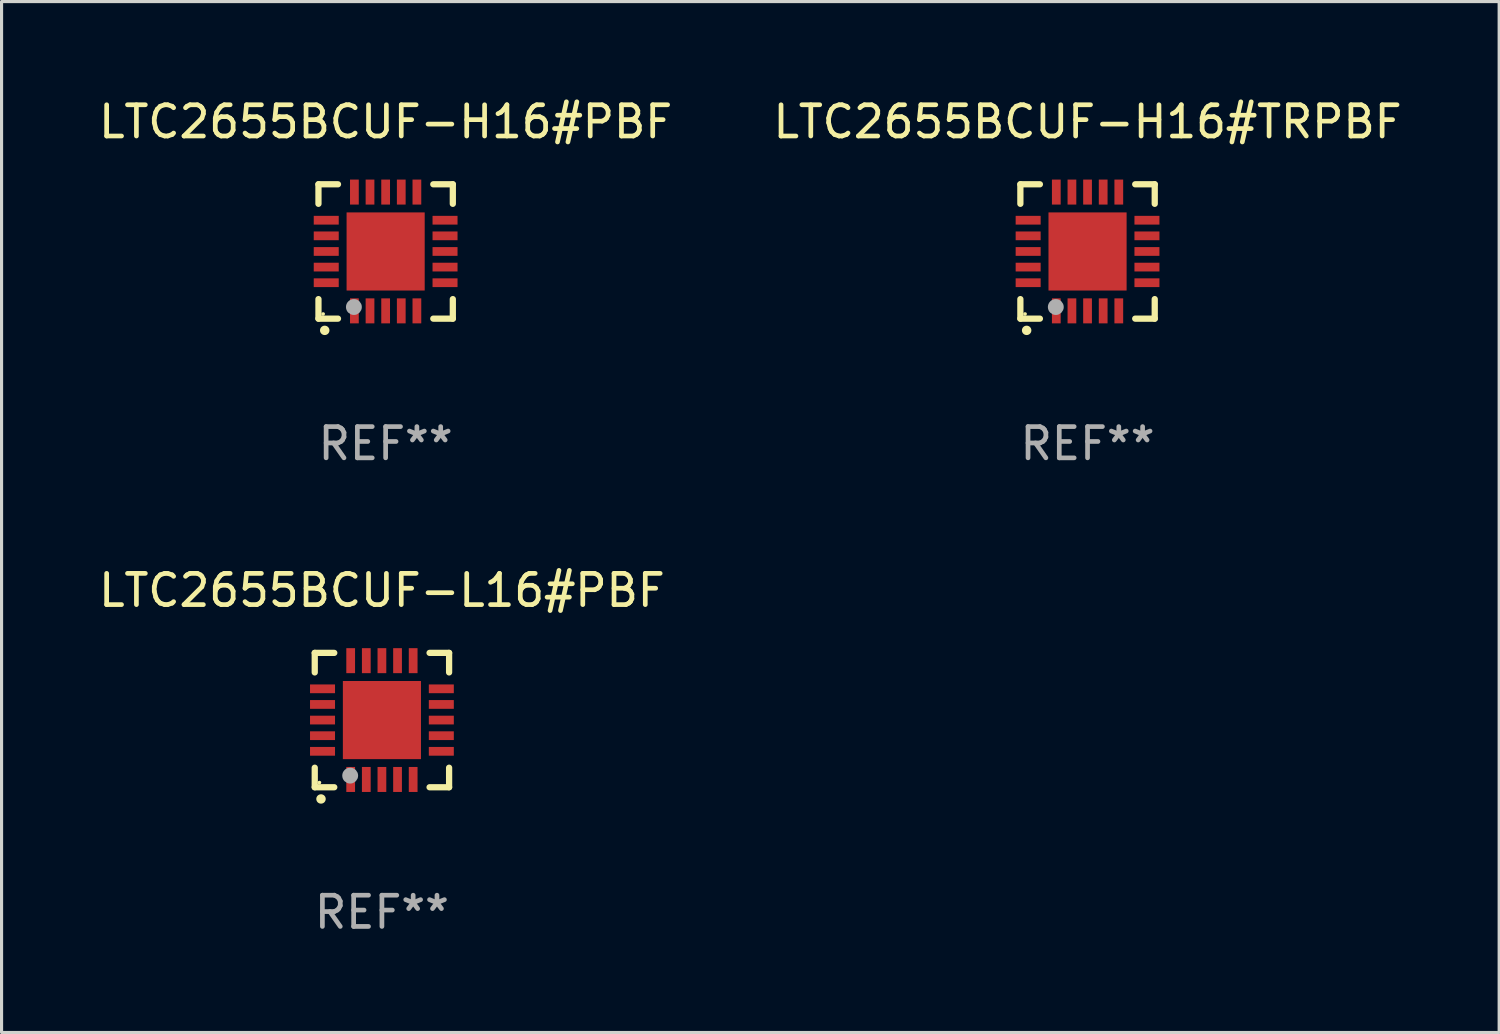
<source format=kicad_pcb>
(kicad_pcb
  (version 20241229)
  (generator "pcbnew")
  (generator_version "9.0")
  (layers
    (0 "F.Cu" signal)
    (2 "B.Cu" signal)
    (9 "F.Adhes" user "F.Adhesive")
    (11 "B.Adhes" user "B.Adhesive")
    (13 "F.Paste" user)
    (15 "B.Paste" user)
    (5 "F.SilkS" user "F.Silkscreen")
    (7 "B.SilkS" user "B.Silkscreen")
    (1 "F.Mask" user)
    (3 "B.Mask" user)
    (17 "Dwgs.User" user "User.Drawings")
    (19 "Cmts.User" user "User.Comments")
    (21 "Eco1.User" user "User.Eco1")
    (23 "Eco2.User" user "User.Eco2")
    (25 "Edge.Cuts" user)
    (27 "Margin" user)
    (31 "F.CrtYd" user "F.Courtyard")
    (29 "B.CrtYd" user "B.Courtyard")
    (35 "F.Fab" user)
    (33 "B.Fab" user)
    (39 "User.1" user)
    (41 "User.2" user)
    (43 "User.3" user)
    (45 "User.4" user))
  (footprint "LTC2655BCUF-H16#TRPBF"
    (layer "F.Cu")
    (at 31.756 4.998)
    (property "Reference" "LTC2655BCUF-H16#TRPBF" (at 0 -4.15 0) (layer "F.SilkS") (effects (font (size 1 1) (thickness 0.15))))
    (attr through_hole)
    (fp_line (start -2.15 -2.15) (end -2.15 -1.525) (stroke (width 0.2) (type solid)) (layer "F.SilkS"))
    (fp_line (start -2.15 2.15) (end -2.15 1.525) (stroke (width 0.2) (type solid)) (layer "F.SilkS"))
    (fp_line (start -1.525 -2.15) (end -2.15 -2.15) (stroke (width 0.2) (type solid)) (layer "F.SilkS"))
    (fp_line (start -1.525 2.15) (end -2.15 2.15) (stroke (width 0.2) (type solid)) (layer "F.SilkS"))
    (fp_line (start 1.525 2.15) (end 2.15 2.15) (stroke (width 0.2) (type solid)) (layer "F.SilkS"))
    (fp_line (start 2.15 -2.15) (end 1.525 -2.15) (stroke (width 0.2) (type solid)) (layer "F.SilkS"))
    (fp_line (start 2.15 -1.525) (end 2.15 -2.15) (stroke (width 0.2) (type solid)) (layer "F.SilkS"))
    (fp_line (start 2.15 2.15) (end 2.15 1.525) (stroke (width 0.2) (type solid)) (layer "F.SilkS"))
    (fp_arc (start -1.950724 2.524765) (mid -1.949454 2.52476) (end -1.948184 2.524765) (stroke (width 0.3) (type solid)) (layer "F.SilkS"))
    (fp_circle (center -2.001 2.001) (end -1.971 2.001) (stroke (width 0.06) (type solid)) (fill no) (layer "F.SilkS"))
    (fp_circle (center -1.016 1.778) (end -0.889 1.778) (stroke (width 0.254) (type solid)) (fill no) (layer "F.Fab"))
    (fp_text user "REF**" (at 0 6.15 0) (layer "F.Fab") (effects (font (size 1 1) (thickness 0.15))))
    (pad "1" smd rect (at -1 1.901) (size 0.28 0.8) (layers "F.Cu" "F.Mask" "F.Paste"))
    (pad "2" smd rect (at -0.5 1.901) (size 0.28 0.8) (layers "F.Cu" "F.Mask" "F.Paste"))
    (pad "3" smd rect (at 0 1.901) (size 0.28 0.8) (layers "F.Cu" "F.Mask" "F.Paste"))
    (pad "4" smd rect (at 0.5 1.901) (size 0.28 0.8) (layers "F.Cu" "F.Mask" "F.Paste"))
    (pad "5" smd rect (at 1 1.901) (size 0.28 0.8) (layers "F.Cu" "F.Mask" "F.Paste"))
    (pad "6" smd rect (at 1.901 1) (size 0.8 0.28) (layers "F.Cu" "F.Mask" "F.Paste"))
    (pad "7" smd rect (at 1.901 0.5) (size 0.8 0.28) (layers "F.Cu" "F.Mask" "F.Paste"))
    (pad "8" smd rect (at 1.901 0) (size 0.8 0.28) (layers "F.Cu" "F.Mask" "F.Paste"))
    (pad "9" smd rect (at 1.901 -0.5) (size 0.8 0.28) (layers "F.Cu" "F.Mask" "F.Paste"))
    (pad "10" smd rect (at 1.901 -1) (size 0.8 0.28) (layers "F.Cu" "F.Mask" "F.Paste"))
    (pad "11" smd rect (at 1 -1.901) (size 0.28 0.8) (layers "F.Cu" "F.Mask" "F.Paste"))
    (pad "12" smd rect (at 0.5 -1.901) (size 0.28 0.8) (layers "F.Cu" "F.Mask" "F.Paste"))
    (pad "13" smd rect (at 0 -1.901) (size 0.28 0.8) (layers "F.Cu" "F.Mask" "F.Paste"))
    (pad "14" smd rect (at -0.5 -1.901) (size 0.28 0.8) (layers "F.Cu" "F.Mask" "F.Paste"))
    (pad "15" smd rect (at -1 -1.901) (size 0.28 0.8) (layers "F.Cu" "F.Mask" "F.Paste"))
    (pad "16" smd rect (at -1.901 -1) (size 0.8 0.28) (layers "F.Cu" "F.Mask" "F.Paste"))
    (pad "17" smd rect (at -1.901 -0.5) (size 0.8 0.28) (layers "F.Cu" "F.Mask" "F.Paste"))
    (pad "18" smd rect (at -1.901 0) (size 0.8 0.28) (layers "F.Cu" "F.Mask" "F.Paste"))
    (pad "19" smd rect (at -1.901 0.5) (size 0.8 0.28) (layers "F.Cu" "F.Mask" "F.Paste"))
    (pad "20" smd rect (at -1.901 1) (size 0.8 0.28) (layers "F.Cu" "F.Mask" "F.Paste"))
    (pad "21" smd rect (at 0 0) (size 2.5 2.5) (layers "F.Cu" "F.Mask" "F.Paste")))
  (footprint "LTC2655BCUF-H16#PBF"
    (layer "F.Cu")
    (at 9.292 4.998)
    (property "Reference" "LTC2655BCUF-H16#PBF" (at 0 -4.15 0) (layer "F.SilkS") (effects (font (size 1 1) (thickness 0.15))))
    (attr through_hole)
    (fp_line (start -2.15 -2.15) (end -2.15 -1.525) (stroke (width 0.2) (type solid)) (layer "F.SilkS"))
    (fp_line (start -2.15 2.15) (end -2.15 1.525) (stroke (width 0.2) (type solid)) (layer "F.SilkS"))
    (fp_line (start -1.525 -2.15) (end -2.15 -2.15) (stroke (width 0.2) (type solid)) (layer "F.SilkS"))
    (fp_line (start -1.525 2.15) (end -2.15 2.15) (stroke (width 0.2) (type solid)) (layer "F.SilkS"))
    (fp_line (start 1.525 2.15) (end 2.15 2.15) (stroke (width 0.2) (type solid)) (layer "F.SilkS"))
    (fp_line (start 2.15 -2.15) (end 1.525 -2.15) (stroke (width 0.2) (type solid)) (layer "F.SilkS"))
    (fp_line (start 2.15 -1.525) (end 2.15 -2.15) (stroke (width 0.2) (type solid)) (layer "F.SilkS"))
    (fp_line (start 2.15 2.15) (end 2.15 1.525) (stroke (width 0.2) (type solid)) (layer "F.SilkS"))
    (fp_arc (start -1.950724 2.524765) (mid -1.949454 2.52476) (end -1.948184 2.524765) (stroke (width 0.3) (type solid)) (layer "F.SilkS"))
    (fp_circle (center -2.001 2.001) (end -1.971 2.001) (stroke (width 0.06) (type solid)) (fill no) (layer "F.SilkS"))
    (fp_circle (center -1.016 1.778) (end -0.889 1.778) (stroke (width 0.254) (type solid)) (fill no) (layer "F.Fab"))
    (fp_text user "REF**" (at 0 6.15 0) (layer "F.Fab") (effects (font (size 1 1) (thickness 0.15))))
    (pad "1" smd rect (at -1 1.901) (size 0.28 0.8) (layers "F.Cu" "F.Mask" "F.Paste"))
    (pad "2" smd rect (at -0.5 1.901) (size 0.28 0.8) (layers "F.Cu" "F.Mask" "F.Paste"))
    (pad "3" smd rect (at 0 1.901) (size 0.28 0.8) (layers "F.Cu" "F.Mask" "F.Paste"))
    (pad "4" smd rect (at 0.5 1.901) (size 0.28 0.8) (layers "F.Cu" "F.Mask" "F.Paste"))
    (pad "5" smd rect (at 1 1.901) (size 0.28 0.8) (layers "F.Cu" "F.Mask" "F.Paste"))
    (pad "6" smd rect (at 1.901 1) (size 0.8 0.28) (layers "F.Cu" "F.Mask" "F.Paste"))
    (pad "7" smd rect (at 1.901 0.5) (size 0.8 0.28) (layers "F.Cu" "F.Mask" "F.Paste"))
    (pad "8" smd rect (at 1.901 0) (size 0.8 0.28) (layers "F.Cu" "F.Mask" "F.Paste"))
    (pad "9" smd rect (at 1.901 -0.5) (size 0.8 0.28) (layers "F.Cu" "F.Mask" "F.Paste"))
    (pad "10" smd rect (at 1.901 -1) (size 0.8 0.28) (layers "F.Cu" "F.Mask" "F.Paste"))
    (pad "11" smd rect (at 1 -1.901) (size 0.28 0.8) (layers "F.Cu" "F.Mask" "F.Paste"))
    (pad "12" smd rect (at 0.5 -1.901) (size 0.28 0.8) (layers "F.Cu" "F.Mask" "F.Paste"))
    (pad "13" smd rect (at 0 -1.901) (size 0.28 0.8) (layers "F.Cu" "F.Mask" "F.Paste"))
    (pad "14" smd rect (at -0.5 -1.901) (size 0.28 0.8) (layers "F.Cu" "F.Mask" "F.Paste"))
    (pad "15" smd rect (at -1 -1.901) (size 0.28 0.8) (layers "F.Cu" "F.Mask" "F.Paste"))
    (pad "16" smd rect (at -1.901 -1) (size 0.8 0.28) (layers "F.Cu" "F.Mask" "F.Paste"))
    (pad "17" smd rect (at -1.901 -0.5) (size 0.8 0.28) (layers "F.Cu" "F.Mask" "F.Paste"))
    (pad "18" smd rect (at -1.901 0) (size 0.8 0.28) (layers "F.Cu" "F.Mask" "F.Paste"))
    (pad "19" smd rect (at -1.901 0.5) (size 0.8 0.28) (layers "F.Cu" "F.Mask" "F.Paste"))
    (pad "20" smd rect (at -1.901 1) (size 0.8 0.28) (layers "F.Cu" "F.Mask" "F.Paste"))
    (pad "21" smd rect (at 0 0) (size 2.5 2.5) (layers "F.Cu" "F.Mask" "F.Paste")))
  (footprint "LTC2655BCUF-L16#PBF"
    (layer "F.Cu")
    (at 9.173 19.995)
    (property "Reference" "LTC2655BCUF-L16#PBF" (at 0 -4.15 0) (layer "F.SilkS") (effects (font (size 1 1) (thickness 0.15))))
    (attr through_hole)
    (fp_line (start -2.15 -2.15) (end -2.15 -1.525) (stroke (width 0.2) (type solid)) (layer "F.SilkS"))
    (fp_line (start -2.15 2.15) (end -2.15 1.525) (stroke (width 0.2) (type solid)) (layer "F.SilkS"))
    (fp_line (start -1.525 -2.15) (end -2.15 -2.15) (stroke (width 0.2) (type solid)) (layer "F.SilkS"))
    (fp_line (start -1.525 2.15) (end -2.15 2.15) (stroke (width 0.2) (type solid)) (layer "F.SilkS"))
    (fp_line (start 1.525 2.15) (end 2.15 2.15) (stroke (width 0.2) (type solid)) (layer "F.SilkS"))
    (fp_line (start 2.15 -2.15) (end 1.525 -2.15) (stroke (width 0.2) (type solid)) (layer "F.SilkS"))
    (fp_line (start 2.15 -1.525) (end 2.15 -2.15) (stroke (width 0.2) (type solid)) (layer "F.SilkS"))
    (fp_line (start 2.15 2.15) (end 2.15 1.525) (stroke (width 0.2) (type solid)) (layer "F.SilkS"))
    (fp_arc (start -1.950724 2.524765) (mid -1.949454 2.52476) (end -1.948184 2.524765) (stroke (width 0.3) (type solid)) (layer "F.SilkS"))
    (fp_circle (center -2.001 2.001) (end -1.971 2.001) (stroke (width 0.06) (type solid)) (fill no) (layer "F.SilkS"))
    (fp_circle (center -1.016 1.778) (end -0.889 1.778) (stroke (width 0.254) (type solid)) (fill no) (layer "F.Fab"))
    (fp_text user "REF**" (at 0 6.15 0) (layer "F.Fab") (effects (font (size 1 1) (thickness 0.15))))
    (pad "1" smd rect (at -1 1.901) (size 0.28 0.8) (layers "F.Cu" "F.Mask" "F.Paste"))
    (pad "2" smd rect (at -0.5 1.901) (size 0.28 0.8) (layers "F.Cu" "F.Mask" "F.Paste"))
    (pad "3" smd rect (at 0 1.901) (size 0.28 0.8) (layers "F.Cu" "F.Mask" "F.Paste"))
    (pad "4" smd rect (at 0.5 1.901) (size 0.28 0.8) (layers "F.Cu" "F.Mask" "F.Paste"))
    (pad "5" smd rect (at 1 1.901) (size 0.28 0.8) (layers "F.Cu" "F.Mask" "F.Paste"))
    (pad "6" smd rect (at 1.901 1) (size 0.8 0.28) (layers "F.Cu" "F.Mask" "F.Paste"))
    (pad "7" smd rect (at 1.901 0.5) (size 0.8 0.28) (layers "F.Cu" "F.Mask" "F.Paste"))
    (pad "8" smd rect (at 1.901 0) (size 0.8 0.28) (layers "F.Cu" "F.Mask" "F.Paste"))
    (pad "9" smd rect (at 1.901 -0.5) (size 0.8 0.28) (layers "F.Cu" "F.Mask" "F.Paste"))
    (pad "10" smd rect (at 1.901 -1) (size 0.8 0.28) (layers "F.Cu" "F.Mask" "F.Paste"))
    (pad "11" smd rect (at 1 -1.901) (size 0.28 0.8) (layers "F.Cu" "F.Mask" "F.Paste"))
    (pad "12" smd rect (at 0.5 -1.901) (size 0.28 0.8) (layers "F.Cu" "F.Mask" "F.Paste"))
    (pad "13" smd rect (at 0 -1.901) (size 0.28 0.8) (layers "F.Cu" "F.Mask" "F.Paste"))
    (pad "14" smd rect (at -0.5 -1.901) (size 0.28 0.8) (layers "F.Cu" "F.Mask" "F.Paste"))
    (pad "15" smd rect (at -1 -1.901) (size 0.28 0.8) (layers "F.Cu" "F.Mask" "F.Paste"))
    (pad "16" smd rect (at -1.901 -1) (size 0.8 0.28) (layers "F.Cu" "F.Mask" "F.Paste"))
    (pad "17" smd rect (at -1.901 -0.5) (size 0.8 0.28) (layers "F.Cu" "F.Mask" "F.Paste"))
    (pad "18" smd rect (at -1.901 0) (size 0.8 0.28) (layers "F.Cu" "F.Mask" "F.Paste"))
    (pad "19" smd rect (at -1.901 0.5) (size 0.8 0.28) (layers "F.Cu" "F.Mask" "F.Paste"))
    (pad "20" smd rect (at -1.901 1) (size 0.8 0.28) (layers "F.Cu" "F.Mask" "F.Paste"))
    (pad "21" smd rect (at 0 0) (size 2.5 2.5) (layers "F.Cu" "F.Mask" "F.Paste")))
  (gr_rect
    (start -3 -3)
    (end 44.929 29.993)
    (stroke (width 0.1) (type default))
    (fill no)
    (layer "Edge.Cuts")))
</source>
